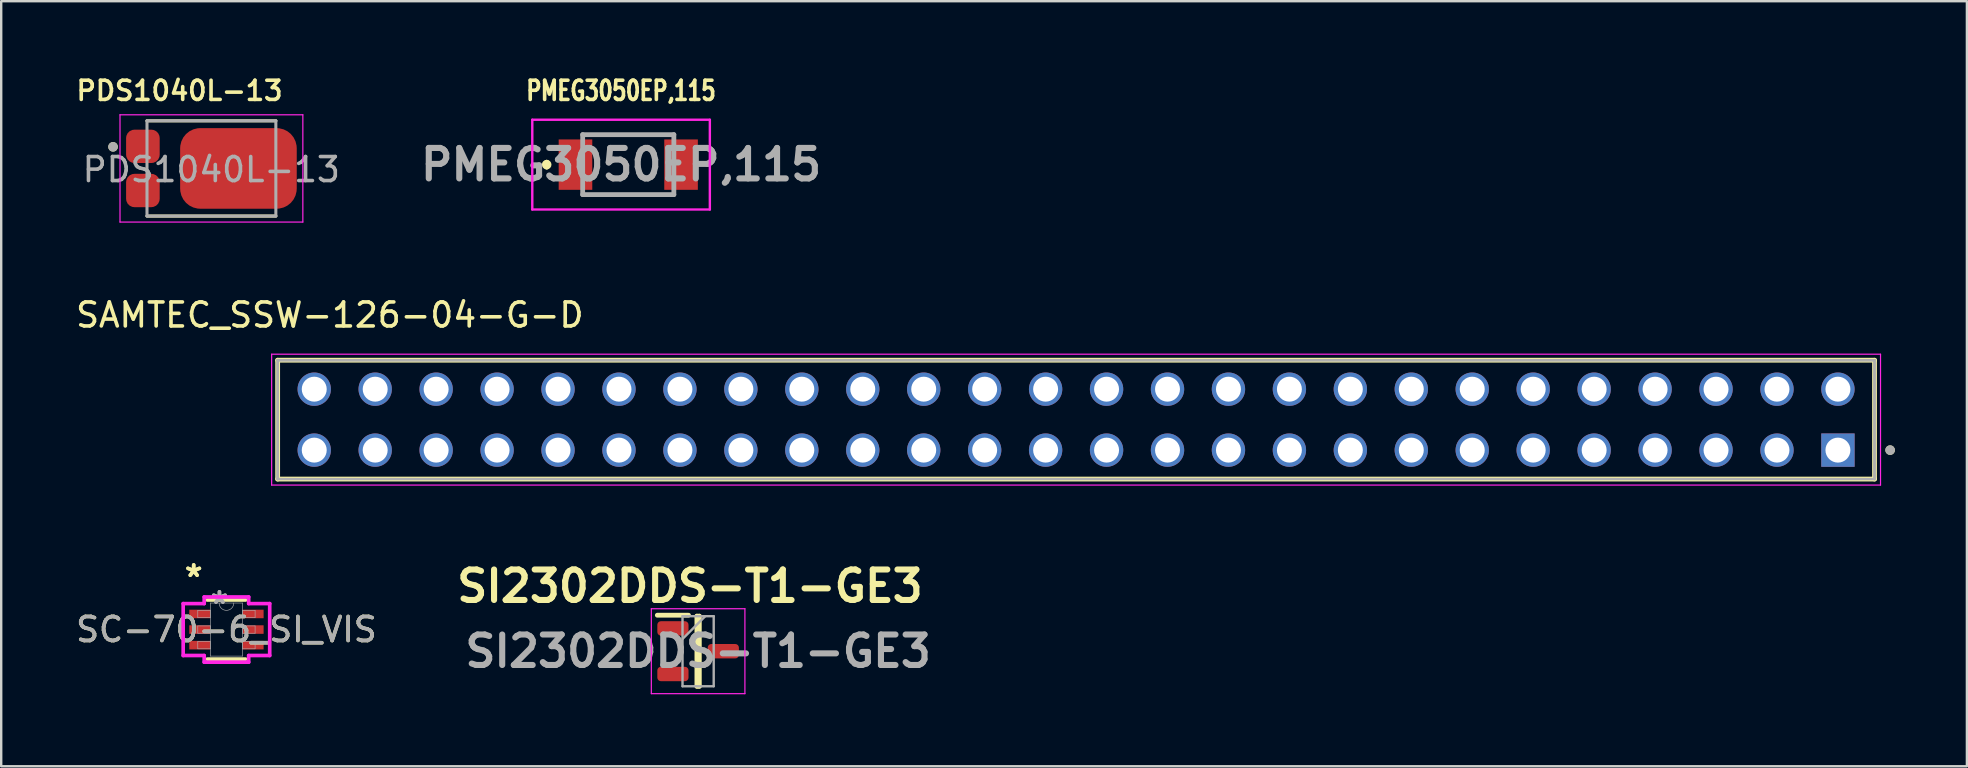
<source format=kicad_pcb>
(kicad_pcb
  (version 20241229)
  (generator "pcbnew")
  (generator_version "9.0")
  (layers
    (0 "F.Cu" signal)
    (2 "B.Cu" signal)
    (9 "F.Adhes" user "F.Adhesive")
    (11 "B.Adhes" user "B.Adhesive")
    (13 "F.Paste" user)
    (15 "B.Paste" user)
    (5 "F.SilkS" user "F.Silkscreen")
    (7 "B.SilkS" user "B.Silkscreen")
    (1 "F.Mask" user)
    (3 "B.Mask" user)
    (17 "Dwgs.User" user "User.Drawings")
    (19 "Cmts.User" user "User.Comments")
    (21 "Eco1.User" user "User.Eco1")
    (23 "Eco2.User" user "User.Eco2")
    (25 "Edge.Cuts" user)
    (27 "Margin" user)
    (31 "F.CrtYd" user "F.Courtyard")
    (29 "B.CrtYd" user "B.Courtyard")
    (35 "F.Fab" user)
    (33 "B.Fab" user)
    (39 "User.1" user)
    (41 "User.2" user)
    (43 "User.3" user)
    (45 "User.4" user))
  (footprint "PMEG3050EP,115"
    (layer "F.Cu")
    (at 23.133 3.811)
    (property "Reference" "PMEG3050EP,115" (at -0.3 -3.08 0) (layer "F.SilkS") (effects (font (size 0.8 0.6) (thickness 0.15) (bold yes))))
    (attr smd)
    (fp_line (start -3.4 -0.1) (end -3.4 -0.1) (stroke (width 0.2) (type solid)) (layer "F.SilkS"))
    (fp_line (start -3.4 0.1) (end -3.4 0.1) (stroke (width 0.2) (type solid)) (layer "F.SilkS"))
    (fp_line (start -1.9 -1.25) (end 1.9 -1.25) (stroke (width 0.1) (type solid)) (layer "F.SilkS"))
    (fp_line (start -1.9 1.25) (end 1.9 1.25) (stroke (width 0.1) (type solid)) (layer "F.SilkS"))
    (fp_arc (start -3.4 -0.1) (mid -3.3 0) (end -3.4 0.1) (stroke (width 0.2) (type solid)) (layer "F.SilkS"))
    (fp_arc (start -3.4 0.1) (mid -3.5 0) (end -3.4 -0.1) (stroke (width 0.2) (type solid)) (layer "F.SilkS"))
    (fp_line (start -4 -1.87) (end -4 0) (stroke (width 0.1) (type solid)) (layer "F.CrtYd"))
    (fp_line (start -4 -1.87) (end 3.4 -1.87) (stroke (width 0.1) (type solid)) (layer "F.CrtYd"))
    (fp_line (start -4 1.87) (end -4 0) (stroke (width 0.1) (type solid)) (layer "F.CrtYd"))
    (fp_line (start 3.4 -1.87) (end 3.4 0) (stroke (width 0.1) (type solid)) (layer "F.CrtYd"))
    (fp_line (start 3.4 1.87) (end -4 1.87) (stroke (width 0.1) (type solid)) (layer "F.CrtYd"))
    (fp_line (start 3.4 1.87) (end 3.4 0) (stroke (width 0.1) (type solid)) (layer "F.CrtYd"))
    (fp_line (start -1.9 -1.25) (end 1.9 -1.25) (stroke (width 0.2) (type solid)) (layer "F.Fab"))
    (fp_line (start -1.9 1.25) (end -1.9 -1.25) (stroke (width 0.2) (type solid)) (layer "F.Fab"))
    (fp_line (start 1.9 -1.25) (end 1.9 1.25) (stroke (width 0.2) (type solid)) (layer "F.Fab"))
    (fp_line (start 1.9 1.25) (end -1.9 1.25) (stroke (width 0.2) (type solid)) (layer "F.Fab"))
    (fp_text user "${REFERENCE}" (at -0.3 0 0) (layer "F.Fab") (effects (font (size 1.27 1.27) (thickness 0.254))))
    (pad "1" smd rect (at -2.2 0) (size 1.4 2.1) (layers "F.Cu" "F.Mask" "F.Paste"))
    (pad "2" smd rect (at 2.2 0) (size 1.4 2.1) (layers "F.Cu" "F.Mask" "F.Paste")))
  (footprint "SC-70-6_SI_VIS"
    (layer "F.Cu")
    (at 6.387 23.187)
    (property "Reference" "SC-70-6_SI_VIS" (at 0 0 0) (unlocked yes) (layer "F.SilkS") (effects (font (size 1 1) (thickness 0.15))))
    (attr smd)
    (fp_line (start -0.8 1.232) (end 0.8 1.232) (stroke (width 0.152) (type solid)) (layer "F.SilkS"))
    (fp_line (start 0.8 -1.232) (end -0.8 -1.232) (stroke (width 0.152) (type solid)) (layer "F.SilkS"))
    (fp_line (start -1.803 -1.082) (end -0.927 -1.082) (stroke (width 0.152) (type solid)) (layer "F.CrtYd"))
    (fp_line (start -1.803 1.082) (end -1.803 -1.082) (stroke (width 0.152) (type solid)) (layer "F.CrtYd"))
    (fp_line (start -1.803 1.082) (end -0.927 1.082) (stroke (width 0.152) (type solid)) (layer "F.CrtYd"))
    (fp_line (start -0.927 -1.359) (end 0.927 -1.359) (stroke (width 0.152) (type solid)) (layer "F.CrtYd"))
    (fp_line (start -0.927 -1.082) (end -0.927 -1.359) (stroke (width 0.152) (type solid)) (layer "F.CrtYd"))
    (fp_line (start -0.927 1.359) (end -0.927 1.082) (stroke (width 0.152) (type solid)) (layer "F.CrtYd"))
    (fp_line (start 0.927 -1.359) (end 0.927 -1.082) (stroke (width 0.152) (type solid)) (layer "F.CrtYd"))
    (fp_line (start 0.927 1.082) (end 0.927 1.359) (stroke (width 0.152) (type solid)) (layer "F.CrtYd"))
    (fp_line (start 0.927 1.359) (end -0.927 1.359) (stroke (width 0.152) (type solid)) (layer "F.CrtYd"))
    (fp_line (start 1.803 -1.082) (end 0.927 -1.082) (stroke (width 0.152) (type solid)) (layer "F.CrtYd"))
    (fp_line (start 1.803 -1.082) (end 1.803 1.082) (stroke (width 0.152) (type solid)) (layer "F.CrtYd"))
    (fp_line (start 1.803 1.082) (end 0.927 1.082) (stroke (width 0.152) (type solid)) (layer "F.CrtYd"))
    (fp_line (start -1.194 -0.802) (end -1.194 -0.498) (stroke (width 0.025) (type solid)) (layer "F.Fab"))
    (fp_line (start -1.194 -0.498) (end -0.673 -0.498) (stroke (width 0.025) (type solid)) (layer "F.Fab"))
    (fp_line (start -1.194 -0.152) (end -1.194 0.152) (stroke (width 0.025) (type solid)) (layer "F.Fab"))
    (fp_line (start -1.194 0.152) (end -0.673 0.152) (stroke (width 0.025) (type solid)) (layer "F.Fab"))
    (fp_line (start -1.194 0.498) (end -1.194 0.802) (stroke (width 0.025) (type solid)) (layer "F.Fab"))
    (fp_line (start -1.194 0.802) (end -0.673 0.802) (stroke (width 0.025) (type solid)) (layer "F.Fab"))
    (fp_line (start -0.673 -1.105) (end -0.673 1.105) (stroke (width 0.025) (type solid)) (layer "F.Fab"))
    (fp_line (start -0.673 -0.802) (end -1.194 -0.802) (stroke (width 0.025) (type solid)) (layer "F.Fab"))
    (fp_line (start -0.673 -0.498) (end -0.673 -0.802) (stroke (width 0.025) (type solid)) (layer "F.Fab"))
    (fp_line (start -0.673 -0.152) (end -1.194 -0.152) (stroke (width 0.025) (type solid)) (layer "F.Fab"))
    (fp_line (start -0.673 0.152) (end -0.673 -0.152) (stroke (width 0.025) (type solid)) (layer "F.Fab"))
    (fp_line (start -0.673 0.498) (end -1.194 0.498) (stroke (width 0.025) (type solid)) (layer "F.Fab"))
    (fp_line (start -0.673 0.802) (end -0.673 0.498) (stroke (width 0.025) (type solid)) (layer "F.Fab"))
    (fp_line (start -0.673 1.105) (end 0.673 1.105) (stroke (width 0.025) (type solid)) (layer "F.Fab"))
    (fp_line (start 0.673 -1.105) (end -0.673 -1.105) (stroke (width 0.025) (type solid)) (layer "F.Fab"))
    (fp_line (start 0.673 -0.802) (end 0.673 -0.498) (stroke (width 0.025) (type solid)) (layer "F.Fab"))
    (fp_line (start 0.673 -0.498) (end 1.194 -0.498) (stroke (width 0.025) (type solid)) (layer "F.Fab"))
    (fp_line (start 0.673 -0.152) (end 0.673 0.152) (stroke (width 0.025) (type solid)) (layer "F.Fab"))
    (fp_line (start 0.673 0.152) (end 1.194 0.152) (stroke (width 0.025) (type solid)) (layer "F.Fab"))
    (fp_line (start 0.673 0.498) (end 0.673 0.802) (stroke (width 0.025) (type solid)) (layer "F.Fab"))
    (fp_line (start 0.673 0.802) (end 1.194 0.802) (stroke (width 0.025) (type solid)) (layer "F.Fab"))
    (fp_line (start 0.673 1.105) (end 0.673 -1.105) (stroke (width 0.025) (type solid)) (layer "F.Fab"))
    (fp_line (start 1.194 -0.802) (end 0.673 -0.802) (stroke (width 0.025) (type solid)) (layer "F.Fab"))
    (fp_line (start 1.194 -0.498) (end 1.194 -0.802) (stroke (width 0.025) (type solid)) (layer "F.Fab"))
    (fp_line (start 1.194 -0.152) (end 0.673 -0.152) (stroke (width 0.025) (type solid)) (layer "F.Fab"))
    (fp_line (start 1.194 0.152) (end 1.194 -0.152) (stroke (width 0.025) (type solid)) (layer "F.Fab"))
    (fp_line (start 1.194 0.498) (end 0.673 0.498) (stroke (width 0.025) (type solid)) (layer "F.Fab"))
    (fp_line (start 1.194 0.802) (end 1.194 0.498) (stroke (width 0.025) (type solid)) (layer "F.Fab"))
    (fp_arc (start 0.3048 -1.1049) (mid 0 -0.8001) (end -0.3048 -1.1049) (stroke (width 0.0254) (type solid)) (layer "F.Fab"))
    (fp_text user "*" (at -1.365 -2.149 0) (layer "F.SilkS") (effects (font (size 1 1) (thickness 0.15))))
    (fp_text user "*" (at -1.365 -2.149 0) (unlocked yes) (layer "F.SilkS") (effects (font (size 1 1) (thickness 0.15))))
    (fp_text user "${REFERENCE}" (at 0 0 0) (unlocked yes) (layer "F.Fab") (effects (font (size 1 1) (thickness 0.15))))
    (fp_text user "*" (at -0.292 -1.029 0) (layer "F.Fab") (effects (font (size 1 1) (thickness 0.15))))
    (fp_text user "*" (at -0.292 -1.029 0) (unlocked yes) (layer "F.Fab") (effects (font (size 1 1) (thickness 0.15))))
    (pad "1" smd rect (at -1.111 -0.65) (size 0.876 0.356) (layers "F.Cu" "F.Mask" "F.Paste"))
    (pad "2" smd rect (at -1.111 0) (size 0.876 0.356) (layers "F.Cu" "F.Mask" "F.Paste"))
    (pad "3" smd rect (at -1.111 0.65) (size 0.876 0.356) (layers "F.Cu" "F.Mask" "F.Paste"))
    (pad "4" smd rect (at 1.111 0.65) (size 0.876 0.356) (layers "F.Cu" "F.Mask" "F.Paste"))
    (pad "5" smd rect (at 1.111 0) (size 0.876 0.356) (layers "F.Cu" "F.Mask" "F.Paste"))
    (pad "6" smd rect (at 1.111 -0.65) (size 0.876 0.356) (layers "F.Cu" "F.Mask" "F.Paste")))
  (footprint "PDS1040L-13"
    (layer "F.Cu")
    (at 5.761 3.969)
    (property "Reference" "PDS1040L-13" (at -1.33 -3.238 0) (layer "F.SilkS") (effects (font (size 0.8 0.8) (thickness 0.15))))
    (attr smd)
    (fp_line (start -2.685 -1.985) (end 2.685 -1.985) (stroke (width 0.127) (type solid)) (layer "F.SilkS"))
    (fp_line (start 2.685 1.985) (end -2.685 1.985) (stroke (width 0.127) (type solid)) (layer "F.SilkS"))
    (fp_circle (center -4.1 -0.9) (end -4 -0.9) (stroke (width 0.2) (type solid)) (fill no) (layer "F.SilkS"))
    (fp_poly (pts (xy 0.066 -1.54) (xy 2.186 -1.54) (xy 2.186 1.54) (xy 0.066 1.54)) (stroke (width 0.01) (type solid)) (fill yes) (layer "F.Paste"))
    (fp_line (start -3.81 -2.235) (end 3.81 -2.235) (stroke (width 0.05) (type solid)) (layer "F.CrtYd"))
    (fp_line (start -3.81 2.235) (end -3.81 -2.235) (stroke (width 0.05) (type solid)) (layer "F.CrtYd"))
    (fp_line (start 3.81 -2.235) (end 3.81 2.235) (stroke (width 0.05) (type solid)) (layer "F.CrtYd"))
    (fp_line (start 3.81 2.235) (end -3.81 2.235) (stroke (width 0.05) (type solid)) (layer "F.CrtYd"))
    (fp_line (start -2.685 -1.985) (end 2.685 -1.985) (stroke (width 0.127) (type solid)) (layer "F.Fab"))
    (fp_line (start -2.685 1.985) (end -2.685 -1.985) (stroke (width 0.127) (type solid)) (layer "F.Fab"))
    (fp_line (start 2.685 -1.985) (end 2.685 1.985) (stroke (width 0.127) (type solid)) (layer "F.Fab"))
    (fp_line (start 2.685 1.985) (end -2.685 1.985) (stroke (width 0.127) (type solid)) (layer "F.Fab"))
    (fp_circle (center -4.1 -0.9) (end -4 -0.9) (stroke (width 0.2) (type solid)) (fill no) (layer "F.Fab"))
    (fp_text user "${REFERENCE}" (at -5.461 0.635 0) (unlocked yes) (layer "F.Fab") (effects (font (size 1 1) (thickness 0.15)) (justify left bottom)))
    (pad "1" smd roundrect (at -2.856 -0.92) (size 1.4 1.39) (layers "F.Cu" "F.Mask" "F.Paste") (roundrect_rratio 0.25))
    (pad "2" smd roundrect (at -2.856 0.92) (size 1.4 1.39) (layers "F.Cu" "F.Mask" "F.Paste") (roundrect_rratio 0.25))
    (pad "3" smd roundrect (at 1.126 0) (size 4.86 3.36) (layers "F.Cu" "F.Mask") (roundrect_rratio 0.25)))
  (footprint "SAMTEC_SSW-126-04-G-D"
    (layer "F.Cu")
    (at 73.546 15.709)
    (property "Reference" "SAMTEC_SSW-126-04-G-D" (at -62.85 -5.631 0) (layer "F.SilkS") (effects (font (size 1 1) (thickness 0.15))))
    (attr through_hole)
    (fp_line (start -65.025 1.206) (end -65.025 -3.747) (stroke (width 0.2) (type solid)) (layer "F.SilkS"))
    (fp_line (start 1.525 -3.747) (end -65.025 -3.747) (stroke (width 0.2) (type solid)) (layer "F.SilkS"))
    (fp_line (start 1.525 -3.747) (end 1.525 1.206) (stroke (width 0.2) (type solid)) (layer "F.SilkS"))
    (fp_line (start 1.525 1.206) (end -65.025 1.206) (stroke (width 0.2) (type solid)) (layer "F.SilkS"))
    (fp_circle (center 2.175 0) (end 2.275 0) (stroke (width 0.2) (type solid)) (fill no) (layer "F.SilkS"))
    (fp_line (start -65.275 -3.997) (end 1.775 -3.997) (stroke (width 0.05) (type solid)) (layer "F.CrtYd"))
    (fp_line (start -65.275 1.456) (end -65.275 -3.997) (stroke (width 0.05) (type solid)) (layer "F.CrtYd"))
    (fp_line (start 1.775 -3.997) (end 1.775 1.456) (stroke (width 0.05) (type solid)) (layer "F.CrtYd"))
    (fp_line (start 1.775 1.456) (end -65.275 1.456) (stroke (width 0.05) (type solid)) (layer "F.CrtYd"))
    (fp_line (start -65.025 -3.747) (end 1.525 -3.747) (stroke (width 0.1) (type solid)) (layer "F.Fab"))
    (fp_line (start -65.025 -3.747) (end 1.525 -3.747) (stroke (width 0.1) (type solid)) (layer "F.Fab"))
    (fp_line (start -65.025 1.206) (end -65.025 -3.747) (stroke (width 0.1) (type solid)) (layer "F.Fab"))
    (fp_line (start -65.025 1.206) (end -65.025 -3.747) (stroke (width 0.1) (type solid)) (layer "F.Fab"))
    (fp_line (start 1.525 -3.747) (end 1.525 1.206) (stroke (width 0.1) (type solid)) (layer "F.Fab"))
    (fp_line (start 1.525 -3.747) (end 1.525 1.206) (stroke (width 0.1) (type solid)) (layer "F.Fab"))
    (fp_line (start 1.525 1.206) (end -65.025 1.206) (stroke (width 0.1) (type solid)) (layer "F.Fab"))
    (fp_circle (center 2.175 0) (end 2.275 0) (stroke (width 0.2) (type solid)) (fill no) (layer "F.Fab"))
    (pad "01" thru_hole rect (at 0 0) (size 1.39 1.39) (drill 1.04) (layers "*.Cu" "*.Mask"))
    (pad "02" thru_hole circle (at 0 -2.54) (size 1.39 1.39) (drill 1.04) (layers "*.Cu" "*.Mask"))
    (pad "03" thru_hole circle (at -2.54 0) (size 1.39 1.39) (drill 1.04) (layers "*.Cu" "*.Mask"))
    (pad "04" thru_hole circle (at -2.54 -2.54) (size 1.39 1.39) (drill 1.04) (layers "*.Cu" "*.Mask"))
    (pad "05" thru_hole circle (at -5.08 0) (size 1.39 1.39) (drill 1.04) (layers "*.Cu" "*.Mask"))
    (pad "06" thru_hole circle (at -5.08 -2.54) (size 1.39 1.39) (drill 1.04) (layers "*.Cu" "*.Mask"))
    (pad "07" thru_hole circle (at -7.62 0) (size 1.39 1.39) (drill 1.04) (layers "*.Cu" "*.Mask"))
    (pad "08" thru_hole circle (at -7.62 -2.54) (size 1.39 1.39) (drill 1.04) (layers "*.Cu" "*.Mask"))
    (pad "09" thru_hole circle (at -10.16 0) (size 1.39 1.39) (drill 1.04) (layers "*.Cu" "*.Mask"))
    (pad "10" thru_hole circle (at -10.16 -2.54) (size 1.39 1.39) (drill 1.04) (layers "*.Cu" "*.Mask"))
    (pad "11" thru_hole circle (at -12.7 0) (size 1.39 1.39) (drill 1.04) (layers "*.Cu" "*.Mask"))
    (pad "12" thru_hole circle (at -12.7 -2.54) (size 1.39 1.39) (drill 1.04) (layers "*.Cu" "*.Mask"))
    (pad "13" thru_hole circle (at -15.24 0) (size 1.39 1.39) (drill 1.04) (layers "*.Cu" "*.Mask"))
    (pad "14" thru_hole circle (at -15.24 -2.54) (size 1.39 1.39) (drill 1.04) (layers "*.Cu" "*.Mask"))
    (pad "15" thru_hole circle (at -17.78 0) (size 1.39 1.39) (drill 1.04) (layers "*.Cu" "*.Mask"))
    (pad "16" thru_hole circle (at -17.78 -2.54) (size 1.39 1.39) (drill 1.04) (layers "*.Cu" "*.Mask"))
    (pad "17" thru_hole circle (at -20.32 0) (size 1.39 1.39) (drill 1.04) (layers "*.Cu" "*.Mask"))
    (pad "18" thru_hole circle (at -20.32 -2.54) (size 1.39 1.39) (drill 1.04) (layers "*.Cu" "*.Mask"))
    (pad "19" thru_hole circle (at -22.86 0) (size 1.39 1.39) (drill 1.04) (layers "*.Cu" "*.Mask"))
    (pad "20" thru_hole circle (at -22.86 -2.54) (size 1.39 1.39) (drill 1.04) (layers "*.Cu" "*.Mask"))
    (pad "21" thru_hole circle (at -25.4 0) (size 1.39 1.39) (drill 1.04) (layers "*.Cu" "*.Mask"))
    (pad "22" thru_hole circle (at -25.4 -2.54) (size 1.39 1.39) (drill 1.04) (layers "*.Cu" "*.Mask"))
    (pad "23" thru_hole circle (at -27.94 0) (size 1.39 1.39) (drill 1.04) (layers "*.Cu" "*.Mask"))
    (pad "24" thru_hole circle (at -27.94 -2.54) (size 1.39 1.39) (drill 1.04) (layers "*.Cu" "*.Mask"))
    (pad "25" thru_hole circle (at -30.48 0) (size 1.39 1.39) (drill 1.04) (layers "*.Cu" "*.Mask"))
    (pad "26" thru_hole circle (at -30.48 -2.54) (size 1.39 1.39) (drill 1.04) (layers "*.Cu" "*.Mask"))
    (pad "27" thru_hole circle (at -33.02 0) (size 1.39 1.39) (drill 1.04) (layers "*.Cu" "*.Mask"))
    (pad "28" thru_hole circle (at -33.02 -2.54) (size 1.39 1.39) (drill 1.04) (layers "*.Cu" "*.Mask"))
    (pad "29" thru_hole circle (at -35.56 0) (size 1.39 1.39) (drill 1.04) (layers "*.Cu" "*.Mask"))
    (pad "30" thru_hole circle (at -35.56 -2.54) (size 1.39 1.39) (drill 1.04) (layers "*.Cu" "*.Mask"))
    (pad "31" thru_hole circle (at -38.1 0) (size 1.39 1.39) (drill 1.04) (layers "*.Cu" "*.Mask"))
    (pad "32" thru_hole circle (at -38.1 -2.54) (size 1.39 1.39) (drill 1.04) (layers "*.Cu" "*.Mask"))
    (pad "33" thru_hole circle (at -40.64 0) (size 1.39 1.39) (drill 1.04) (layers "*.Cu" "*.Mask"))
    (pad "34" thru_hole circle (at -40.64 -2.54) (size 1.39 1.39) (drill 1.04) (layers "*.Cu" "*.Mask"))
    (pad "35" thru_hole circle (at -43.18 0) (size 1.39 1.39) (drill 1.04) (layers "*.Cu" "*.Mask"))
    (pad "36" thru_hole circle (at -43.18 -2.54) (size 1.39 1.39) (drill 1.04) (layers "*.Cu" "*.Mask"))
    (pad "37" thru_hole circle (at -45.72 0) (size 1.39 1.39) (drill 1.04) (layers "*.Cu" "*.Mask"))
    (pad "38" thru_hole circle (at -45.72 -2.54) (size 1.39 1.39) (drill 1.04) (layers "*.Cu" "*.Mask"))
    (pad "39" thru_hole circle (at -48.26 0) (size 1.39 1.39) (drill 1.04) (layers "*.Cu" "*.Mask"))
    (pad "40" thru_hole circle (at -48.26 -2.54) (size 1.39 1.39) (drill 1.04) (layers "*.Cu" "*.Mask"))
    (pad "41" thru_hole circle (at -50.8 0) (size 1.39 1.39) (drill 1.04) (layers "*.Cu" "*.Mask"))
    (pad "42" thru_hole circle (at -50.8 -2.54) (size 1.39 1.39) (drill 1.04) (layers "*.Cu" "*.Mask"))
    (pad "43" thru_hole circle (at -53.34 0) (size 1.39 1.39) (drill 1.04) (layers "*.Cu" "*.Mask"))
    (pad "44" thru_hole circle (at -53.34 -2.54) (size 1.39 1.39) (drill 1.04) (layers "*.Cu" "*.Mask"))
    (pad "45" thru_hole circle (at -55.88 0) (size 1.39 1.39) (drill 1.04) (layers "*.Cu" "*.Mask"))
    (pad "46" thru_hole circle (at -55.88 -2.54) (size 1.39 1.39) (drill 1.04) (layers "*.Cu" "*.Mask"))
    (pad "47" thru_hole circle (at -58.42 0) (size 1.39 1.39) (drill 1.04) (layers "*.Cu" "*.Mask"))
    (pad "48" thru_hole circle (at -58.42 -2.54) (size 1.39 1.39) (drill 1.04) (layers "*.Cu" "*.Mask"))
    (pad "49" thru_hole circle (at -60.96 0) (size 1.39 1.39) (drill 1.04) (layers "*.Cu" "*.Mask"))
    (pad "50" thru_hole circle (at -60.96 -2.54) (size 1.39 1.39) (drill 1.04) (layers "*.Cu" "*.Mask"))
    (pad "51" thru_hole circle (at -63.5 0) (size 1.39 1.39) (drill 1.04) (layers "*.Cu" "*.Mask"))
    (pad "52" thru_hole circle (at -63.5 -2.54) (size 1.39 1.39) (drill 1.04) (layers "*.Cu" "*.Mask")))
  (footprint "SI2302DDS-T1-GE3"
    (layer "F.Cu")
    (at 26.044 24.089)
    (property "Reference" "SI2302DDS-T1-GE3" (at -0.34 -2.71 0) (layer "F.SilkS") (effects (font (size 1.27 1.27) (thickness 0.254))))
    (attr smd)
    (fp_line (start -1.7 -1.5) (end -0.4 -1.5) (stroke (width 0.2) (type solid)) (layer "F.SilkS"))
    (fp_line (start -0.05 -1.46) (end 0.05 -1.46) (stroke (width 0.2) (type solid)) (layer "F.SilkS"))
    (fp_line (start -0.05 1.46) (end -0.05 -1.46) (stroke (width 0.2) (type solid)) (layer "F.SilkS"))
    (fp_line (start 0.05 -1.46) (end 0.05 1.46) (stroke (width 0.2) (type solid)) (layer "F.SilkS"))
    (fp_line (start 0.05 1.46) (end -0.05 1.46) (stroke (width 0.2) (type solid)) (layer "F.SilkS"))
    (fp_line (start -1.95 -1.77) (end 1.95 -1.77) (stroke (width 0.05) (type solid)) (layer "F.CrtYd"))
    (fp_line (start -1.95 1.77) (end -1.95 -1.77) (stroke (width 0.05) (type solid)) (layer "F.CrtYd"))
    (fp_line (start 1.95 -1.77) (end 1.95 1.77) (stroke (width 0.05) (type solid)) (layer "F.CrtYd"))
    (fp_line (start 1.95 1.77) (end -1.95 1.77) (stroke (width 0.05) (type solid)) (layer "F.CrtYd"))
    (fp_line (start -0.65 -1.46) (end 0.65 -1.46) (stroke (width 0.1) (type solid)) (layer "F.Fab"))
    (fp_line (start -0.65 -0.51) (end 0.3 -1.46) (stroke (width 0.1) (type solid)) (layer "F.Fab"))
    (fp_line (start -0.65 1.46) (end -0.65 -1.46) (stroke (width 0.1) (type solid)) (layer "F.Fab"))
    (fp_line (start 0.65 -1.46) (end 0.65 1.46) (stroke (width 0.1) (type solid)) (layer "F.Fab"))
    (fp_line (start 0.65 1.46) (end -0.65 1.46) (stroke (width 0.1) (type solid)) (layer "F.Fab"))
    (fp_text user "${REFERENCE}" (at 0 0 0) (layer "F.Fab") (effects (font (size 1.27 1.27) (thickness 0.254))))
    (pad "1" smd roundrect (at -1.05 -0.95 90) (size 0.6 1.3) (layers "F.Cu" "F.Mask" "F.Paste") (roundrect_rratio 0.25))
    (pad "2" smd roundrect (at -1.05 0.95 90) (size 0.6 1.3) (layers "F.Cu" "F.Mask" "F.Paste") (roundrect_rratio 0.25))
    (pad "3" smd roundrect (at 1.05 0 90) (size 0.6 1.3) (layers "F.Cu" "F.Mask" "F.Paste") (roundrect_rratio 0.25)))
  (gr_rect
    (start -3 -3)
    (end 78.921 28.884)
    (stroke (width 0.1) (type default))
    (fill no)
    (layer "Edge.Cuts")))
</source>
